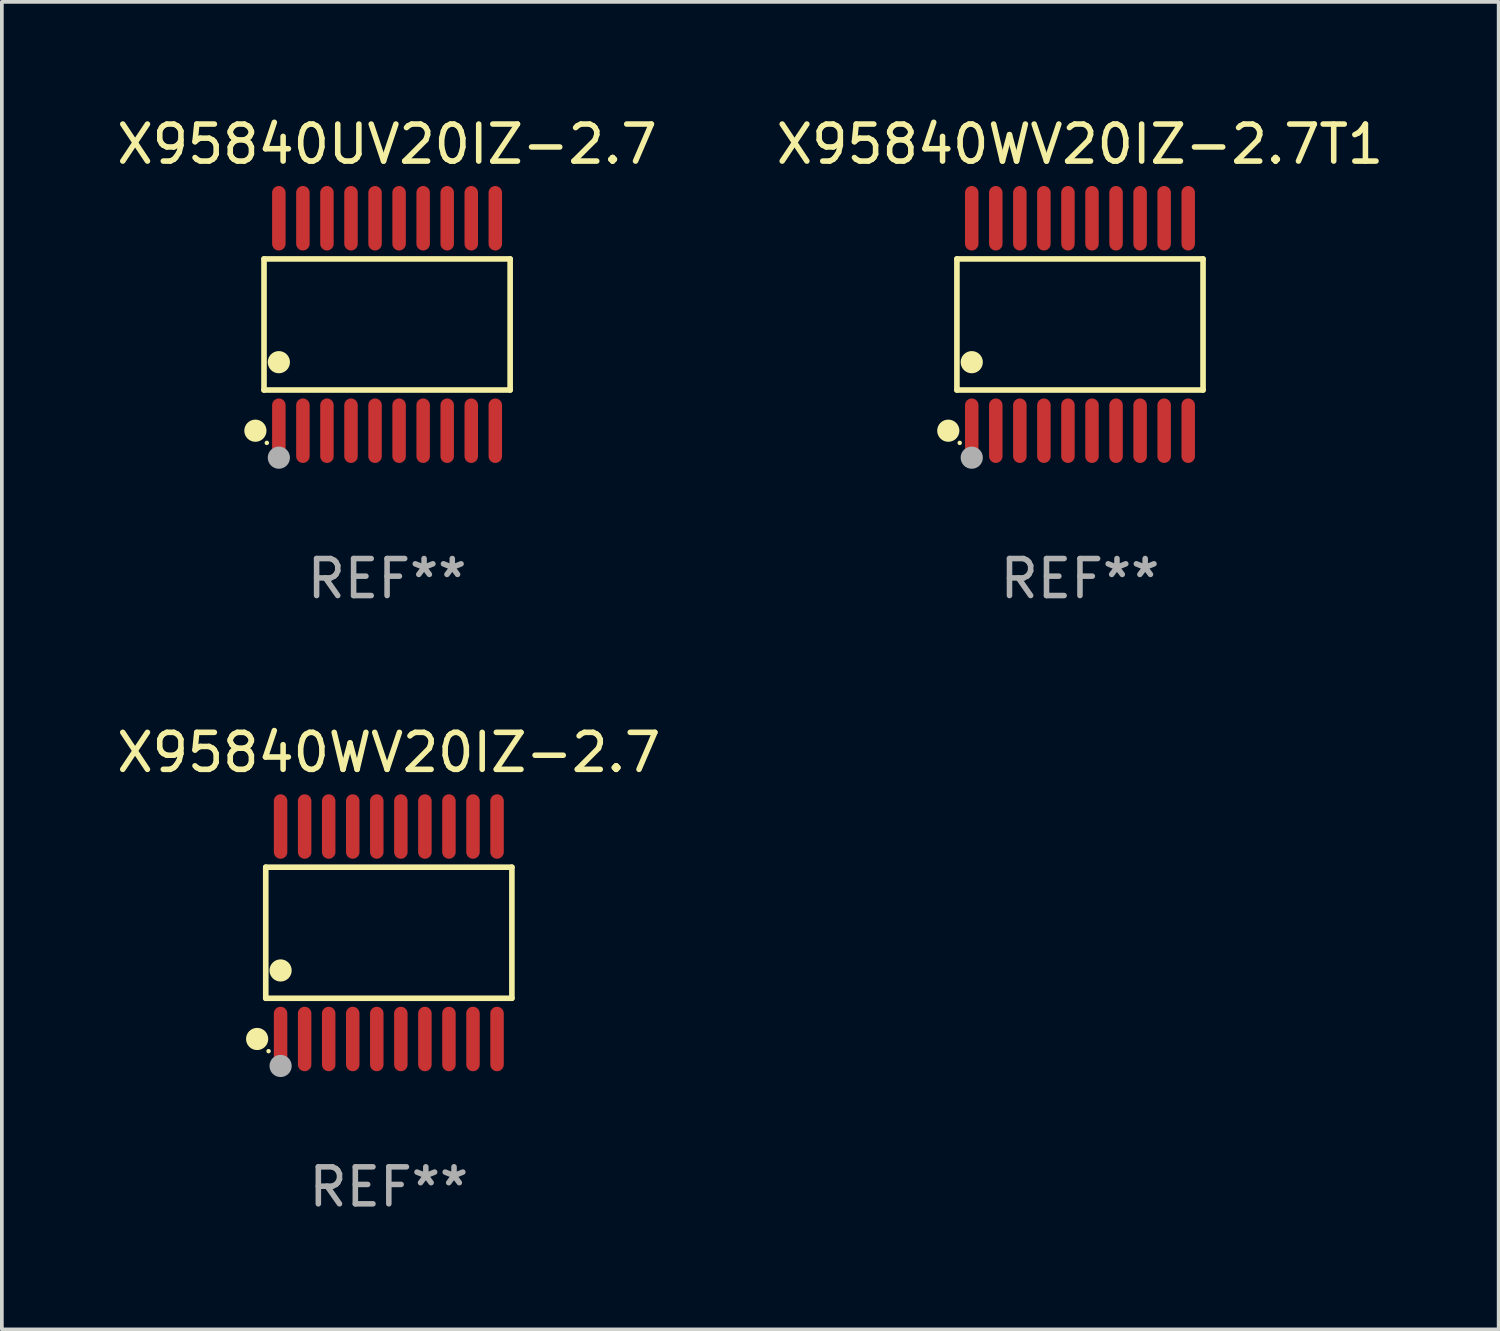
<source format=kicad_pcb>
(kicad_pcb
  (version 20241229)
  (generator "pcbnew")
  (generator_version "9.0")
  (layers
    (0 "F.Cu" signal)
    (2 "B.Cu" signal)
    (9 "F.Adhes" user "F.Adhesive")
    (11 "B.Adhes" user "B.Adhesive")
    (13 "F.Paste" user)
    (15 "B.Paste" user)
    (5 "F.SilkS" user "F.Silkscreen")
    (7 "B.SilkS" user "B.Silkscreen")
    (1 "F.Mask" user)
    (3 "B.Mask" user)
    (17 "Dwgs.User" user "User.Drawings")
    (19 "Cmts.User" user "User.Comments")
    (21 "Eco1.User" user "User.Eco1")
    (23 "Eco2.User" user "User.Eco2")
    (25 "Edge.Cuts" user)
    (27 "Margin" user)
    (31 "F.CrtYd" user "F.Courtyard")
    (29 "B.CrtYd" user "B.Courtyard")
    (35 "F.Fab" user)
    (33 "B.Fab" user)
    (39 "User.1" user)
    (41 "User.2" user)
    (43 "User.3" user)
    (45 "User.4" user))
  (footprint "X95840UV20IZ-2.7"
    (layer "F.Cu")
    (at 7.411 5.719)
    (property "Reference" "X95840UV20IZ-2.7" (at 0 -4.871 0) (layer "F.SilkS") (effects (font (size 1 1) (thickness 0.15))))
    (attr through_hole)
    (fp_line (start -3.326 -1.771) (end 3.326 -1.771) (stroke (width 0.152) (type solid)) (layer "F.SilkS"))
    (fp_line (start -3.326 1.771) (end -3.326 -1.771) (stroke (width 0.152) (type solid)) (layer "F.SilkS"))
    (fp_line (start 3.326 -1.771) (end 3.326 1.771) (stroke (width 0.152) (type solid)) (layer "F.SilkS"))
    (fp_line (start 3.326 1.771) (end -3.326 1.771) (stroke (width 0.152) (type solid)) (layer "F.SilkS"))
    (fp_circle (center -3.559 2.871) (end -3.409 2.871) (stroke (width 0.3) (type solid)) (fill no) (layer "F.SilkS"))
    (fp_circle (center -3.25 3.2) (end -3.22 3.2) (stroke (width 0.06) (type solid)) (fill no) (layer "F.SilkS"))
    (fp_circle (center -2.925 1.019) (end -2.775 1.019) (stroke (width 0.3) (type solid)) (fill no) (layer "F.SilkS"))
    (fp_circle (center -2.925 3.6) (end -2.775 3.6) (stroke (width 0.3) (type solid)) (fill no) (layer "F.Fab"))
    (fp_text user "REF**" (at 0 6.871 0) (layer "F.Fab") (effects (font (size 1 1) (thickness 0.15))))
    (pad "1" smd oval (at -2.925 2.871) (size 0.364 1.742) (layers "F.Cu" "F.Mask" "F.Paste"))
    (pad "2" smd oval (at -2.275 2.871) (size 0.364 1.742) (layers "F.Cu" "F.Mask" "F.Paste"))
    (pad "3" smd oval (at -1.625 2.871) (size 0.364 1.742) (layers "F.Cu" "F.Mask" "F.Paste"))
    (pad "4" smd oval (at -0.975 2.871) (size 0.364 1.742) (layers "F.Cu" "F.Mask" "F.Paste"))
    (pad "5" smd oval (at -0.325 2.871) (size 0.364 1.742) (layers "F.Cu" "F.Mask" "F.Paste"))
    (pad "6" smd oval (at 0.325 2.871) (size 0.364 1.742) (layers "F.Cu" "F.Mask" "F.Paste"))
    (pad "7" smd oval (at 0.975 2.871) (size 0.364 1.742) (layers "F.Cu" "F.Mask" "F.Paste"))
    (pad "8" smd oval (at 1.625 2.871) (size 0.364 1.742) (layers "F.Cu" "F.Mask" "F.Paste"))
    (pad "9" smd oval (at 2.275 2.871) (size 0.364 1.742) (layers "F.Cu" "F.Mask" "F.Paste"))
    (pad "10" smd oval (at 2.925 2.871) (size 0.364 1.742) (layers "F.Cu" "F.Mask" "F.Paste"))
    (pad "11" smd oval (at 2.925 -2.871) (size 0.364 1.742) (layers "F.Cu" "F.Mask" "F.Paste"))
    (pad "12" smd oval (at 2.275 -2.871) (size 0.364 1.742) (layers "F.Cu" "F.Mask" "F.Paste"))
    (pad "13" smd oval (at 1.625 -2.871) (size 0.364 1.742) (layers "F.Cu" "F.Mask" "F.Paste"))
    (pad "14" smd oval (at 0.975 -2.871) (size 0.364 1.742) (layers "F.Cu" "F.Mask" "F.Paste"))
    (pad "15" smd oval (at 0.325 -2.871) (size 0.364 1.742) (layers "F.Cu" "F.Mask" "F.Paste"))
    (pad "16" smd oval (at -0.325 -2.871) (size 0.364 1.742) (layers "F.Cu" "F.Mask" "F.Paste"))
    (pad "17" smd oval (at -0.975 -2.871) (size 0.364 1.742) (layers "F.Cu" "F.Mask" "F.Paste"))
    (pad "18" smd oval (at -1.625 -2.871) (size 0.364 1.742) (layers "F.Cu" "F.Mask" "F.Paste"))
    (pad "19" smd oval (at -2.275 -2.871) (size 0.364 1.742) (layers "F.Cu" "F.Mask" "F.Paste"))
    (pad "20" smd oval (at -2.925 -2.871) (size 0.364 1.742) (layers "F.Cu" "F.Mask" "F.Paste")))
  (footprint "X95840WV20IZ-2.7T1"
    (layer "F.Cu")
    (at 26.137 5.719)
    (property "Reference" "X95840WV20IZ-2.7T1" (at 0 -4.871 0) (layer "F.SilkS") (effects (font (size 1 1) (thickness 0.15))))
    (attr through_hole)
    (fp_line (start -3.326 -1.771) (end 3.326 -1.771) (stroke (width 0.152) (type solid)) (layer "F.SilkS"))
    (fp_line (start -3.326 1.771) (end -3.326 -1.771) (stroke (width 0.152) (type solid)) (layer "F.SilkS"))
    (fp_line (start 3.326 -1.771) (end 3.326 1.771) (stroke (width 0.152) (type solid)) (layer "F.SilkS"))
    (fp_line (start 3.326 1.771) (end -3.326 1.771) (stroke (width 0.152) (type solid)) (layer "F.SilkS"))
    (fp_circle (center -3.559 2.871) (end -3.409 2.871) (stroke (width 0.3) (type solid)) (fill no) (layer "F.SilkS"))
    (fp_circle (center -3.25 3.2) (end -3.22 3.2) (stroke (width 0.06) (type solid)) (fill no) (layer "F.SilkS"))
    (fp_circle (center -2.925 1.019) (end -2.775 1.019) (stroke (width 0.3) (type solid)) (fill no) (layer "F.SilkS"))
    (fp_circle (center -2.925 3.6) (end -2.775 3.6) (stroke (width 0.3) (type solid)) (fill no) (layer "F.Fab"))
    (fp_text user "REF**" (at 0 6.871 0) (layer "F.Fab") (effects (font (size 1 1) (thickness 0.15))))
    (pad "1" smd oval (at -2.925 2.871) (size 0.364 1.742) (layers "F.Cu" "F.Mask" "F.Paste"))
    (pad "2" smd oval (at -2.275 2.871) (size 0.364 1.742) (layers "F.Cu" "F.Mask" "F.Paste"))
    (pad "3" smd oval (at -1.625 2.871) (size 0.364 1.742) (layers "F.Cu" "F.Mask" "F.Paste"))
    (pad "4" smd oval (at -0.975 2.871) (size 0.364 1.742) (layers "F.Cu" "F.Mask" "F.Paste"))
    (pad "5" smd oval (at -0.325 2.871) (size 0.364 1.742) (layers "F.Cu" "F.Mask" "F.Paste"))
    (pad "6" smd oval (at 0.325 2.871) (size 0.364 1.742) (layers "F.Cu" "F.Mask" "F.Paste"))
    (pad "7" smd oval (at 0.975 2.871) (size 0.364 1.742) (layers "F.Cu" "F.Mask" "F.Paste"))
    (pad "8" smd oval (at 1.625 2.871) (size 0.364 1.742) (layers "F.Cu" "F.Mask" "F.Paste"))
    (pad "9" smd oval (at 2.275 2.871) (size 0.364 1.742) (layers "F.Cu" "F.Mask" "F.Paste"))
    (pad "10" smd oval (at 2.925 2.871) (size 0.364 1.742) (layers "F.Cu" "F.Mask" "F.Paste"))
    (pad "11" smd oval (at 2.925 -2.871) (size 0.364 1.742) (layers "F.Cu" "F.Mask" "F.Paste"))
    (pad "12" smd oval (at 2.275 -2.871) (size 0.364 1.742) (layers "F.Cu" "F.Mask" "F.Paste"))
    (pad "13" smd oval (at 1.625 -2.871) (size 0.364 1.742) (layers "F.Cu" "F.Mask" "F.Paste"))
    (pad "14" smd oval (at 0.975 -2.871) (size 0.364 1.742) (layers "F.Cu" "F.Mask" "F.Paste"))
    (pad "15" smd oval (at 0.325 -2.871) (size 0.364 1.742) (layers "F.Cu" "F.Mask" "F.Paste"))
    (pad "16" smd oval (at -0.325 -2.871) (size 0.364 1.742) (layers "F.Cu" "F.Mask" "F.Paste"))
    (pad "17" smd oval (at -0.975 -2.871) (size 0.364 1.742) (layers "F.Cu" "F.Mask" "F.Paste"))
    (pad "18" smd oval (at -1.625 -2.871) (size 0.364 1.742) (layers "F.Cu" "F.Mask" "F.Paste"))
    (pad "19" smd oval (at -2.275 -2.871) (size 0.364 1.742) (layers "F.Cu" "F.Mask" "F.Paste"))
    (pad "20" smd oval (at -2.925 -2.871) (size 0.364 1.742) (layers "F.Cu" "F.Mask" "F.Paste")))
  (footprint "X95840WV20IZ-2.7"
    (layer "F.Cu")
    (at 7.458 22.158)
    (property "Reference" "X95840WV20IZ-2.7" (at 0 -4.871 0) (layer "F.SilkS") (effects (font (size 1 1) (thickness 0.15))))
    (attr through_hole)
    (fp_line (start -3.326 -1.771) (end 3.326 -1.771) (stroke (width 0.152) (type solid)) (layer "F.SilkS"))
    (fp_line (start -3.326 1.771) (end -3.326 -1.771) (stroke (width 0.152) (type solid)) (layer "F.SilkS"))
    (fp_line (start 3.326 -1.771) (end 3.326 1.771) (stroke (width 0.152) (type solid)) (layer "F.SilkS"))
    (fp_line (start 3.326 1.771) (end -3.326 1.771) (stroke (width 0.152) (type solid)) (layer "F.SilkS"))
    (fp_circle (center -3.559 2.871) (end -3.409 2.871) (stroke (width 0.3) (type solid)) (fill no) (layer "F.SilkS"))
    (fp_circle (center -3.25 3.2) (end -3.22 3.2) (stroke (width 0.06) (type solid)) (fill no) (layer "F.SilkS"))
    (fp_circle (center -2.925 1.019) (end -2.775 1.019) (stroke (width 0.3) (type solid)) (fill no) (layer "F.SilkS"))
    (fp_circle (center -2.925 3.6) (end -2.775 3.6) (stroke (width 0.3) (type solid)) (fill no) (layer "F.Fab"))
    (fp_text user "REF**" (at 0 6.871 0) (layer "F.Fab") (effects (font (size 1 1) (thickness 0.15))))
    (pad "1" smd oval (at -2.925 2.871) (size 0.364 1.742) (layers "F.Cu" "F.Mask" "F.Paste"))
    (pad "2" smd oval (at -2.275 2.871) (size 0.364 1.742) (layers "F.Cu" "F.Mask" "F.Paste"))
    (pad "3" smd oval (at -1.625 2.871) (size 0.364 1.742) (layers "F.Cu" "F.Mask" "F.Paste"))
    (pad "4" smd oval (at -0.975 2.871) (size 0.364 1.742) (layers "F.Cu" "F.Mask" "F.Paste"))
    (pad "5" smd oval (at -0.325 2.871) (size 0.364 1.742) (layers "F.Cu" "F.Mask" "F.Paste"))
    (pad "6" smd oval (at 0.325 2.871) (size 0.364 1.742) (layers "F.Cu" "F.Mask" "F.Paste"))
    (pad "7" smd oval (at 0.975 2.871) (size 0.364 1.742) (layers "F.Cu" "F.Mask" "F.Paste"))
    (pad "8" smd oval (at 1.625 2.871) (size 0.364 1.742) (layers "F.Cu" "F.Mask" "F.Paste"))
    (pad "9" smd oval (at 2.275 2.871) (size 0.364 1.742) (layers "F.Cu" "F.Mask" "F.Paste"))
    (pad "10" smd oval (at 2.925 2.871) (size 0.364 1.742) (layers "F.Cu" "F.Mask" "F.Paste"))
    (pad "11" smd oval (at 2.925 -2.871) (size 0.364 1.742) (layers "F.Cu" "F.Mask" "F.Paste"))
    (pad "12" smd oval (at 2.275 -2.871) (size 0.364 1.742) (layers "F.Cu" "F.Mask" "F.Paste"))
    (pad "13" smd oval (at 1.625 -2.871) (size 0.364 1.742) (layers "F.Cu" "F.Mask" "F.Paste"))
    (pad "14" smd oval (at 0.975 -2.871) (size 0.364 1.742) (layers "F.Cu" "F.Mask" "F.Paste"))
    (pad "15" smd oval (at 0.325 -2.871) (size 0.364 1.742) (layers "F.Cu" "F.Mask" "F.Paste"))
    (pad "16" smd oval (at -0.325 -2.871) (size 0.364 1.742) (layers "F.Cu" "F.Mask" "F.Paste"))
    (pad "17" smd oval (at -0.975 -2.871) (size 0.364 1.742) (layers "F.Cu" "F.Mask" "F.Paste"))
    (pad "18" smd oval (at -1.625 -2.871) (size 0.364 1.742) (layers "F.Cu" "F.Mask" "F.Paste"))
    (pad "19" smd oval (at -2.275 -2.871) (size 0.364 1.742) (layers "F.Cu" "F.Mask" "F.Paste"))
    (pad "20" smd oval (at -2.925 -2.871) (size 0.364 1.742) (layers "F.Cu" "F.Mask" "F.Paste")))
  (gr_rect
    (start -3 -3)
    (end 37.452 32.877)
    (stroke (width 0.1) (type default))
    (fill no)
    (layer "Edge.Cuts")))
</source>
